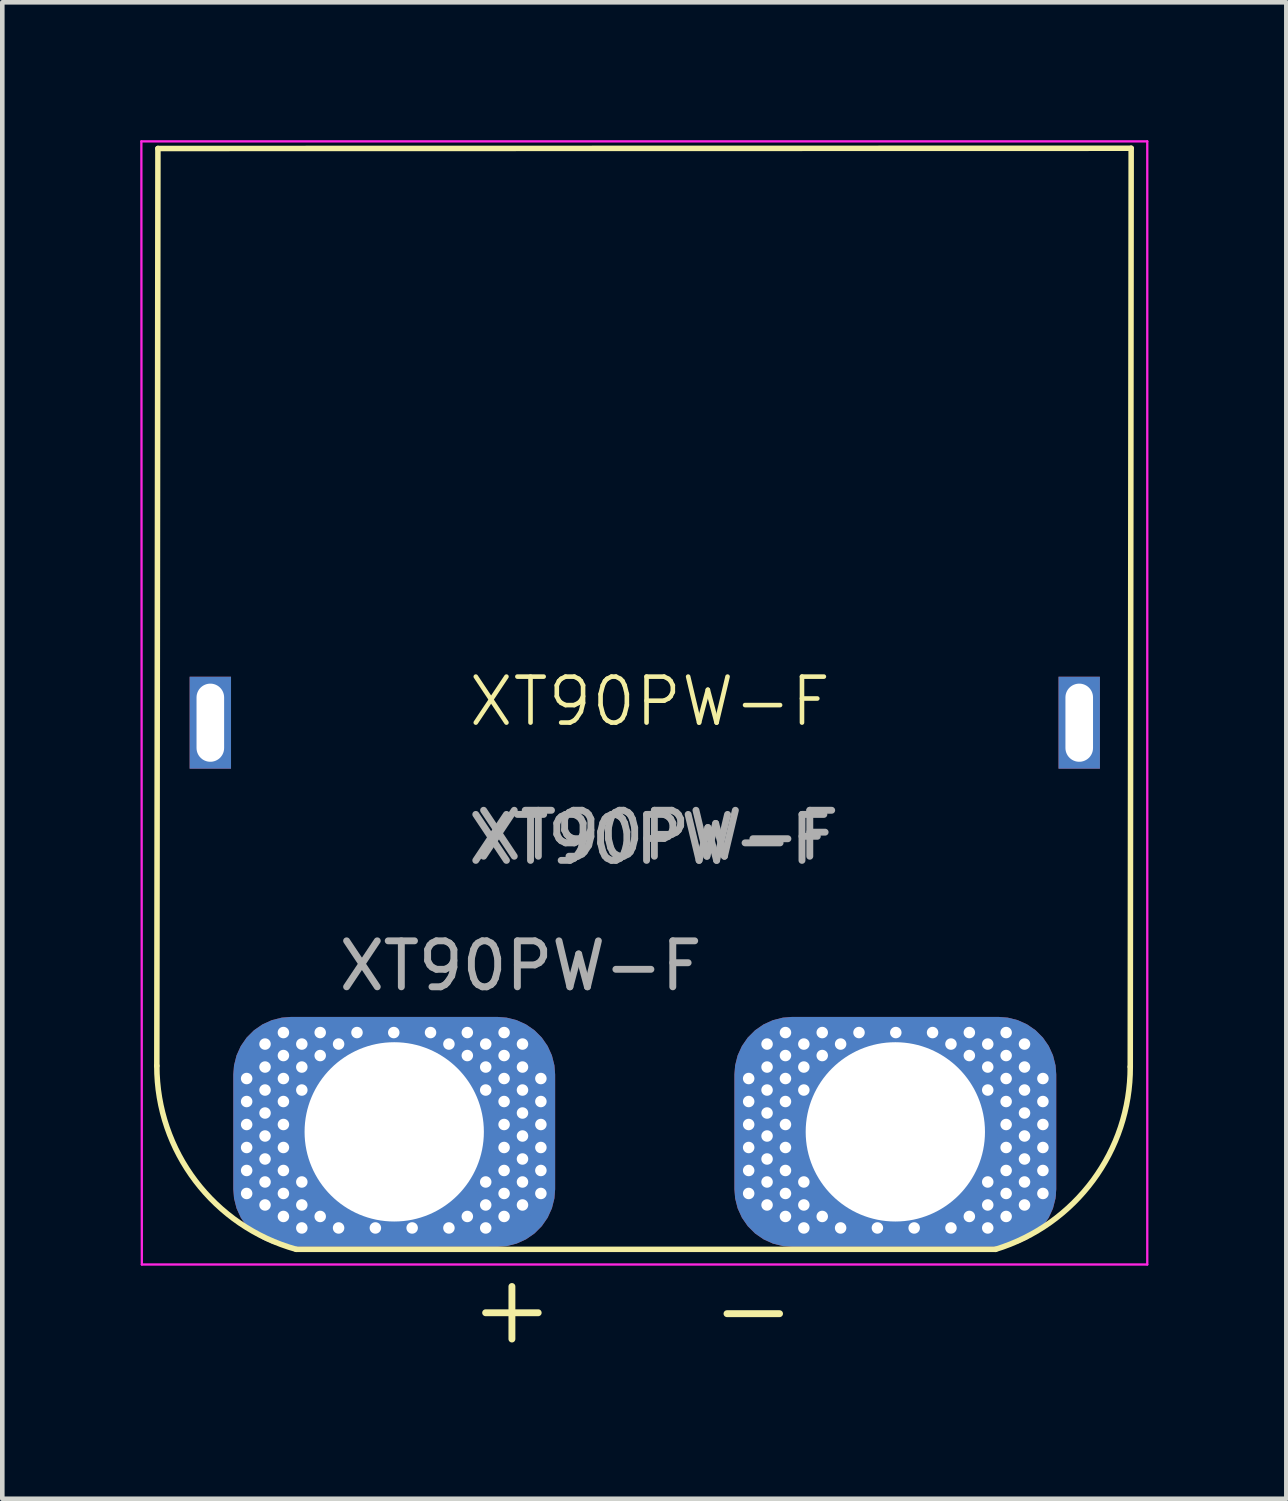
<source format=kicad_pcb>
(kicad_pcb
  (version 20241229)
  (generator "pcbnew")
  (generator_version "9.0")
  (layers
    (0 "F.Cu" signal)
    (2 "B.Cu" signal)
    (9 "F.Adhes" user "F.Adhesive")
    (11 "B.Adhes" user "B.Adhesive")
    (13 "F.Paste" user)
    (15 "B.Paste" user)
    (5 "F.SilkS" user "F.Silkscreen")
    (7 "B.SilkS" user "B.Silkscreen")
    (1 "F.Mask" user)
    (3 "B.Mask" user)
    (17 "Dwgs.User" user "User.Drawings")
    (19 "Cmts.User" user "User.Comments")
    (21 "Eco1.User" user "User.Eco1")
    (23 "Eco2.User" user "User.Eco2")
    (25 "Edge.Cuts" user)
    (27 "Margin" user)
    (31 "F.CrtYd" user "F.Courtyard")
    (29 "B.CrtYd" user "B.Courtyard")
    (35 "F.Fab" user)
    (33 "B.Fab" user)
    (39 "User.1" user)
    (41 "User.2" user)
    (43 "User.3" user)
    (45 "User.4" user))
  (footprint "XT90PW-F"
    (layer "F.Cu")
    (at 11.085 12.71)
    (property "Reference" "XT90PW-F" (at 0 -0.5 0) (unlocked yes) (layer "F.SilkS") (effects (font (size 1 1) (thickness 0.1))))
    (attr through_hole)
    (fp_line (start -10.7 -12.53) (end -10.724 7.425) (stroke (width 0.12) (type solid)) (layer "F.SilkS"))
    (fp_line (start -10.7 -12.53) (end 10.47 -12.535) (stroke (width 0.12) (type solid)) (layer "F.SilkS"))
    (fp_line (start -7.692 11.415) (end 7.519 11.415) (stroke (width 0.12) (type solid)) (layer "F.SilkS"))
    (fp_line (start 10.47 -12.535) (end 10.45 7.445) (stroke (width 0.12) (type solid)) (layer "F.SilkS"))
    (fp_arc (start -7.692398 11.414846) (mid -9.88007 9.930351) (end -10.723919 7.424846) (stroke (width 0.12) (type solid)) (layer "F.SilkS"))
    (fp_arc (start 10.45 7.444576) (mid 9.640627 9.914112) (end 7.519255 11.41527) (stroke (width 0.12) (type solid)) (layer "F.SilkS"))
    (fp_line (start -11.06 -12.685) (end -11.05 11.745) (stroke (width 0.05) (type solid)) (layer "F.CrtYd"))
    (fp_line (start -11.06 -12.685) (end 10.82 -12.685) (stroke (width 0.05) (type solid)) (layer "F.CrtYd"))
    (fp_line (start 10.82 -12.685) (end 10.82 11.745) (stroke (width 0.05) (type solid)) (layer "F.CrtYd"))
    (fp_line (start 10.82 11.745) (end -11.05 11.745) (stroke (width 0.05) (type solid)) (layer "F.CrtYd"))
    (fp_text user "-" (at 2.25 12.7 0) (layer "F.SilkS") (effects (font (size 1.5 1.5) (thickness 0.15))))
    (fp_text user "+" (at -3 12.68 0) (layer "F.SilkS") (effects (font (size 1.5 1.5) (thickness 0.15))))
    (fp_text user "${REFERENCE}" (at -2.81 5.25 0) (layer "F.Fab") (effects (font (size 1 1) (thickness 0.15))))
    (fp_text user "${REFERENCE}" (at 0.17 2.41 0) (unlocked yes) (layer "F.Fab") (effects (font (size 1 1) (thickness 0.15))))
    (fp_text user "${REFERENCE}" (at 0 2.5 0) (unlocked yes) (layer "F.Fab") (effects (font (size 1 1) (thickness 0.15))))
    (pad "" thru_hole rect (at -9.56 -0.04) (size 0.9 2) (drill oval 0.6 1.7) (layers "*.Cu" "*.Mask"))
    (pad "" thru_hole rect (at 9.34 -0.04) (size 0.9 2) (drill oval 0.6 1.7) (layers "*.Cu" "*.Mask"))
    (pad "1" thru_hole roundrect (at 5.34 8.86) (size 7 5) (drill 3.9) (layers "*.Cu" "*.Mask") (roundrect_rratio 0.25))
    (pad "2" thru_hole circle (at -8.77 7.7 270) (size 0.55 0.55) (drill 0.25) (layers "*.Cu"))
    (pad "2" thru_hole circle (at -8.77 8.2 270) (size 0.55 0.55) (drill 0.25) (layers "*.Cu"))
    (pad "2" thru_hole circle (at -8.77 8.7 270) (size 0.55 0.55) (drill 0.25) (layers "*.Cu"))
    (pad "2" thru_hole circle (at -8.77 9.2 270) (size 0.55 0.55) (drill 0.25) (layers "*.Cu"))
    (pad "2" thru_hole circle (at -8.77 9.7 270) (size 0.55 0.55) (drill 0.25) (layers "*.Cu"))
    (pad "2" thru_hole circle (at -8.77 10.2 270) (size 0.55 0.55) (drill 0.25) (layers "*.Cu"))
    (pad "2" thru_hole circle (at -8.37 6.95 270) (size 0.55 0.55) (drill 0.25) (layers "*.Cu"))
    (pad "2" thru_hole circle (at -8.37 7.45 270) (size 0.55 0.55) (drill 0.25) (layers "*.Cu"))
    (pad "2" thru_hole circle (at -8.37 7.95 270) (size 0.55 0.55) (drill 0.25) (layers "*.Cu"))
    (pad "2" thru_hole circle (at -8.37 8.45 270) (size 0.55 0.55) (drill 0.25) (layers "*.Cu"))
    (pad "2" thru_hole circle (at -8.37 8.95 270) (size 0.55 0.55) (drill 0.25) (layers "*.Cu"))
    (pad "2" thru_hole circle (at -8.37 9.45 270) (size 0.55 0.55) (drill 0.25) (layers "*.Cu"))
    (pad "2" thru_hole circle (at -8.37 9.95 270) (size 0.55 0.55) (drill 0.25) (layers "*.Cu"))
    (pad "2" thru_hole circle (at -8.37 10.45 270) (size 0.55 0.55) (drill 0.25) (layers "*.Cu"))
    (pad "2" thru_hole circle (at -7.97 6.7 270) (size 0.55 0.55) (drill 0.25) (layers "*.Cu"))
    (pad "2" thru_hole circle (at -7.97 7.2 270) (size 0.55 0.55) (drill 0.25) (layers "*.Cu"))
    (pad "2" thru_hole circle (at -7.97 7.7 270) (size 0.55 0.55) (drill 0.25) (layers "*.Cu"))
    (pad "2" thru_hole circle (at -7.97 8.2 270) (size 0.55 0.55) (drill 0.25) (layers "*.Cu"))
    (pad "2" thru_hole circle (at -7.97 8.7 270) (size 0.55 0.55) (drill 0.25) (layers "*.Cu"))
    (pad "2" thru_hole circle (at -7.97 9.2 270) (size 0.55 0.55) (drill 0.25) (layers "*.Cu"))
    (pad "2" thru_hole circle (at -7.97 9.7 270) (size 0.55 0.55) (drill 0.25) (layers "*.Cu"))
    (pad "2" thru_hole circle (at -7.97 10.2 270) (size 0.55 0.55) (drill 0.25) (layers "*.Cu"))
    (pad "2" thru_hole circle (at -7.97 10.7 270) (size 0.55 0.55) (drill 0.25) (layers "*.Cu"))
    (pad "2" thru_hole circle (at -7.57 6.95 270) (size 0.55 0.55) (drill 0.25) (layers "*.Cu"))
    (pad "2" thru_hole circle (at -7.57 7.45 270) (size 0.55 0.55) (drill 0.25) (layers "*.Cu"))
    (pad "2" thru_hole circle (at -7.57 7.95 270) (size 0.55 0.55) (drill 0.25) (layers "*.Cu"))
    (pad "2" thru_hole circle (at -7.57 9.95 270) (size 0.55 0.55) (drill 0.25) (layers "*.Cu"))
    (pad "2" thru_hole circle (at -7.57 10.45 270) (size 0.55 0.55) (drill 0.25) (layers "*.Cu"))
    (pad "2" thru_hole circle (at -7.57 10.95 270) (size 0.55 0.55) (drill 0.25) (layers "*.Cu"))
    (pad "2" thru_hole circle (at -7.17 6.7 270) (size 0.55 0.55) (drill 0.25) (layers "*.Cu"))
    (pad "2" thru_hole circle (at -7.17 7.2 270) (size 0.55 0.55) (drill 0.25) (layers "*.Cu"))
    (pad "2" thru_hole circle (at -7.17 10.7 270) (size 0.55 0.55) (drill 0.25) (layers "*.Cu"))
    (pad "2" thru_hole circle (at -6.77 6.95 270) (size 0.55 0.55) (drill 0.25) (layers "*.Cu"))
    (pad "2" thru_hole circle (at -6.77 10.95 270) (size 0.55 0.55) (drill 0.25) (layers "*.Cu"))
    (pad "2" thru_hole circle (at -6.37 6.7 270) (size 0.55 0.55) (drill 0.25) (layers "*.Cu"))
    (pad "2" thru_hole circle (at -5.97 10.95 270) (size 0.55 0.55) (drill 0.25) (layers "*.Cu"))
    (pad "2" thru_hole circle (at -5.57 6.7 270) (size 0.55 0.55) (drill 0.25) (layers "*.Cu"))
    (pad "2" thru_hole roundrect (at -5.56 8.86) (size 7 5) (drill 3.9) (layers "*.Cu" "*.Mask") (roundrect_rratio 0.25))
    (pad "2" thru_hole circle (at -5.17 10.95 270) (size 0.55 0.55) (drill 0.25) (layers "*.Cu"))
    (pad "2" thru_hole circle (at -4.77 6.7 270) (size 0.55 0.55) (drill 0.25) (layers "*.Cu"))
    (pad "2" thru_hole circle (at -4.37 6.95 270) (size 0.55 0.55) (drill 0.25) (layers "*.Cu"))
    (pad "2" thru_hole circle (at -4.37 10.95 270) (size 0.55 0.55) (drill 0.25) (layers "*.Cu"))
    (pad "2" thru_hole circle (at -3.97 6.7 270) (size 0.55 0.55) (drill 0.25) (layers "*.Cu"))
    (pad "2" thru_hole circle (at -3.97 7.2 270) (size 0.55 0.55) (drill 0.25) (layers "*.Cu"))
    (pad "2" thru_hole circle (at -3.97 10.7 270) (size 0.55 0.55) (drill 0.25) (layers "*.Cu"))
    (pad "2" thru_hole circle (at -3.57 6.95 270) (size 0.55 0.55) (drill 0.25) (layers "*.Cu"))
    (pad "2" thru_hole circle (at -3.57 7.45 270) (size 0.55 0.55) (drill 0.25) (layers "*.Cu"))
    (pad "2" thru_hole circle (at -3.57 7.95 270) (size 0.55 0.55) (drill 0.25) (layers "*.Cu"))
    (pad "2" thru_hole circle (at -3.57 9.95 270) (size 0.55 0.55) (drill 0.25) (layers "*.Cu"))
    (pad "2" thru_hole circle (at -3.57 10.45 270) (size 0.55 0.55) (drill 0.25) (layers "*.Cu"))
    (pad "2" thru_hole circle (at -3.57 10.95 270) (size 0.55 0.55) (drill 0.25) (layers "*.Cu"))
    (pad "2" thru_hole circle (at -3.17 6.7 270) (size 0.55 0.55) (drill 0.25) (layers "*.Cu"))
    (pad "2" thru_hole circle (at -3.17 7.2 270) (size 0.55 0.55) (drill 0.25) (layers "*.Cu"))
    (pad "2" thru_hole circle (at -3.17 7.7 270) (size 0.55 0.55) (drill 0.25) (layers "*.Cu"))
    (pad "2" thru_hole circle (at -3.17 8.2 270) (size 0.55 0.55) (drill 0.25) (layers "*.Cu"))
    (pad "2" thru_hole circle (at -3.17 8.7 270) (size 0.55 0.55) (drill 0.25) (layers "*.Cu"))
    (pad "2" thru_hole circle (at -3.17 9.2 270) (size 0.55 0.55) (drill 0.25) (layers "*.Cu"))
    (pad "2" thru_hole circle (at -3.17 9.7 270) (size 0.55 0.55) (drill 0.25) (layers "*.Cu"))
    (pad "2" thru_hole circle (at -3.17 10.2 270) (size 0.55 0.55) (drill 0.25) (layers "*.Cu"))
    (pad "2" thru_hole circle (at -3.17 10.7 270) (size 0.55 0.55) (drill 0.25) (layers "*.Cu"))
    (pad "2" thru_hole circle (at -2.77 6.95 270) (size 0.55 0.55) (drill 0.25) (layers "*.Cu"))
    (pad "2" thru_hole circle (at -2.77 7.45 270) (size 0.55 0.55) (drill 0.25) (layers "*.Cu"))
    (pad "2" thru_hole circle (at -2.77 7.95 270) (size 0.55 0.55) (drill 0.25) (layers "*.Cu"))
    (pad "2" thru_hole circle (at -2.77 8.45 270) (size 0.55 0.55) (drill 0.25) (layers "*.Cu"))
    (pad "2" thru_hole circle (at -2.77 8.95 270) (size 0.55 0.55) (drill 0.25) (layers "*.Cu"))
    (pad "2" thru_hole circle (at -2.77 9.45 270) (size 0.55 0.55) (drill 0.25) (layers "*.Cu"))
    (pad "2" thru_hole circle (at -2.77 9.95 270) (size 0.55 0.55) (drill 0.25) (layers "*.Cu"))
    (pad "2" thru_hole circle (at -2.77 10.45 270) (size 0.55 0.55) (drill 0.25) (layers "*.Cu"))
    (pad "2" thru_hole circle (at -2.37 7.7 270) (size 0.55 0.55) (drill 0.25) (layers "*.Cu"))
    (pad "2" thru_hole circle (at -2.37 8.2 270) (size 0.55 0.55) (drill 0.25) (layers "*.Cu"))
    (pad "2" thru_hole circle (at -2.37 8.7 270) (size 0.55 0.55) (drill 0.25) (layers "*.Cu"))
    (pad "2" thru_hole circle (at -2.37 9.2 270) (size 0.55 0.55) (drill 0.25) (layers "*.Cu"))
    (pad "2" thru_hole circle (at -2.37 9.7 270) (size 0.55 0.55) (drill 0.25) (layers "*.Cu"))
    (pad "2" thru_hole circle (at -2.37 10.2 270) (size 0.55 0.55) (drill 0.25) (layers "*.Cu"))
    (pad "2" thru_hole circle (at 2.15 7.7 270) (size 0.55 0.55) (drill 0.25) (layers "*.Cu"))
    (pad "2" thru_hole circle (at 2.15 8.2 270) (size 0.55 0.55) (drill 0.25) (layers "*.Cu"))
    (pad "2" thru_hole circle (at 2.15 8.7 270) (size 0.55 0.55) (drill 0.25) (layers "*.Cu"))
    (pad "2" thru_hole circle (at 2.15 9.2 270) (size 0.55 0.55) (drill 0.25) (layers "*.Cu"))
    (pad "2" thru_hole circle (at 2.15 9.7 270) (size 0.55 0.55) (drill 0.25) (layers "*.Cu"))
    (pad "2" thru_hole circle (at 2.15 10.2 270) (size 0.55 0.55) (drill 0.25) (layers "*.Cu"))
    (pad "2" thru_hole circle (at 2.55 6.95 270) (size 0.55 0.55) (drill 0.25) (layers "*.Cu"))
    (pad "2" thru_hole circle (at 2.55 7.45 270) (size 0.55 0.55) (drill 0.25) (layers "*.Cu"))
    (pad "2" thru_hole circle (at 2.55 7.95 270) (size 0.55 0.55) (drill 0.25) (layers "*.Cu"))
    (pad "2" thru_hole circle (at 2.55 8.45 270) (size 0.55 0.55) (drill 0.25) (layers "*.Cu"))
    (pad "2" thru_hole circle (at 2.55 8.95 270) (size 0.55 0.55) (drill 0.25) (layers "*.Cu"))
    (pad "2" thru_hole circle (at 2.55 9.45 270) (size 0.55 0.55) (drill 0.25) (layers "*.Cu"))
    (pad "2" thru_hole circle (at 2.55 9.95 270) (size 0.55 0.55) (drill 0.25) (layers "*.Cu"))
    (pad "2" thru_hole circle (at 2.55 10.45 270) (size 0.55 0.55) (drill 0.25) (layers "*.Cu"))
    (pad "2" thru_hole circle (at 2.95 6.7 270) (size 0.55 0.55) (drill 0.25) (layers "*.Cu"))
    (pad "2" thru_hole circle (at 2.95 7.2 270) (size 0.55 0.55) (drill 0.25) (layers "*.Cu"))
    (pad "2" thru_hole circle (at 2.95 7.7 270) (size 0.55 0.55) (drill 0.25) (layers "*.Cu"))
    (pad "2" thru_hole circle (at 2.95 8.2 270) (size 0.55 0.55) (drill 0.25) (layers "*.Cu"))
    (pad "2" thru_hole circle (at 2.95 8.7 270) (size 0.55 0.55) (drill 0.25) (layers "*.Cu"))
    (pad "2" thru_hole circle (at 2.95 9.2 270) (size 0.55 0.55) (drill 0.25) (layers "*.Cu"))
    (pad "2" thru_hole circle (at 2.95 9.7 270) (size 0.55 0.55) (drill 0.25) (layers "*.Cu"))
    (pad "2" thru_hole circle (at 2.95 10.2 270) (size 0.55 0.55) (drill 0.25) (layers "*.Cu"))
    (pad "2" thru_hole circle (at 2.95 10.7 270) (size 0.55 0.55) (drill 0.25) (layers "*.Cu"))
    (pad "2" thru_hole circle (at 3.35 6.95 270) (size 0.55 0.55) (drill 0.25) (layers "*.Cu"))
    (pad "2" thru_hole circle (at 3.35 7.45 270) (size 0.55 0.55) (drill 0.25) (layers "*.Cu"))
    (pad "2" thru_hole circle (at 3.35 7.95 270) (size 0.55 0.55) (drill 0.25) (layers "*.Cu"))
    (pad "2" thru_hole circle (at 3.35 9.95 270) (size 0.55 0.55) (drill 0.25) (layers "*.Cu"))
    (pad "2" thru_hole circle (at 3.35 10.45 270) (size 0.55 0.55) (drill 0.25) (layers "*.Cu"))
    (pad "2" thru_hole circle (at 3.35 10.95 270) (size 0.55 0.55) (drill 0.25) (layers "*.Cu"))
    (pad "2" thru_hole circle (at 3.75 6.7 270) (size 0.55 0.55) (drill 0.25) (layers "*.Cu"))
    (pad "2" thru_hole circle (at 3.75 7.2 270) (size 0.55 0.55) (drill 0.25) (layers "*.Cu"))
    (pad "2" thru_hole circle (at 3.75 10.7 270) (size 0.55 0.55) (drill 0.25) (layers "*.Cu"))
    (pad "2" thru_hole circle (at 4.15 6.95 270) (size 0.55 0.55) (drill 0.25) (layers "*.Cu"))
    (pad "2" thru_hole circle (at 4.15 10.95 270) (size 0.55 0.55) (drill 0.25) (layers "*.Cu"))
    (pad "2" thru_hole circle (at 4.55 6.7 270) (size 0.55 0.55) (drill 0.25) (layers "*.Cu"))
    (pad "2" thru_hole circle (at 4.95 10.95 270) (size 0.55 0.55) (drill 0.25) (layers "*.Cu"))
    (pad "2" thru_hole circle (at 5.35 6.7 270) (size 0.55 0.55) (drill 0.25) (layers "*.Cu"))
    (pad "2" thru_hole circle (at 5.75 10.95 270) (size 0.55 0.55) (drill 0.25) (layers "*.Cu"))
    (pad "2" thru_hole circle (at 6.15 6.7 270) (size 0.55 0.55) (drill 0.25) (layers "*.Cu"))
    (pad "2" thru_hole circle (at 6.55 6.95 270) (size 0.55 0.55) (drill 0.25) (layers "*.Cu"))
    (pad "2" thru_hole circle (at 6.55 10.95 270) (size 0.55 0.55) (drill 0.25) (layers "*.Cu"))
    (pad "2" thru_hole circle (at 6.95 6.7 270) (size 0.55 0.55) (drill 0.25) (layers "*.Cu"))
    (pad "2" thru_hole circle (at 6.95 7.2 270) (size 0.55 0.55) (drill 0.25) (layers "*.Cu"))
    (pad "2" thru_hole circle (at 6.95 10.7 270) (size 0.55 0.55) (drill 0.25) (layers "*.Cu"))
    (pad "2" thru_hole circle (at 7.35 6.95 270) (size 0.55 0.55) (drill 0.25) (layers "*.Cu"))
    (pad "2" thru_hole circle (at 7.35 7.45 270) (size 0.55 0.55) (drill 0.25) (layers "*.Cu"))
    (pad "2" thru_hole circle (at 7.35 7.95 270) (size 0.55 0.55) (drill 0.25) (layers "*.Cu"))
    (pad "2" thru_hole circle (at 7.35 9.95 270) (size 0.55 0.55) (drill 0.25) (layers "*.Cu"))
    (pad "2" thru_hole circle (at 7.35 10.45 270) (size 0.55 0.55) (drill 0.25) (layers "*.Cu"))
    (pad "2" thru_hole circle (at 7.35 10.95 270) (size 0.55 0.55) (drill 0.25) (layers "*.Cu"))
    (pad "2" thru_hole circle (at 7.75 6.7 270) (size 0.55 0.55) (drill 0.25) (layers "*.Cu"))
    (pad "2" thru_hole circle (at 7.75 7.2 270) (size 0.55 0.55) (drill 0.25) (layers "*.Cu"))
    (pad "2" thru_hole circle (at 7.75 7.7 270) (size 0.55 0.55) (drill 0.25) (layers "*.Cu"))
    (pad "2" thru_hole circle (at 7.75 8.2 270) (size 0.55 0.55) (drill 0.25) (layers "*.Cu"))
    (pad "2" thru_hole circle (at 7.75 8.7 270) (size 0.55 0.55) (drill 0.25) (layers "*.Cu"))
    (pad "2" thru_hole circle (at 7.75 9.2 270) (size 0.55 0.55) (drill 0.25) (layers "*.Cu"))
    (pad "2" thru_hole circle (at 7.75 9.7 270) (size 0.55 0.55) (drill 0.25) (layers "*.Cu"))
    (pad "2" thru_hole circle (at 7.75 10.2 270) (size 0.55 0.55) (drill 0.25) (layers "*.Cu"))
    (pad "2" thru_hole circle (at 7.75 10.7 270) (size 0.55 0.55) (drill 0.25) (layers "*.Cu"))
    (pad "2" thru_hole circle (at 8.15 6.95 270) (size 0.55 0.55) (drill 0.25) (layers "*.Cu"))
    (pad "2" thru_hole circle (at 8.15 7.45 270) (size 0.55 0.55) (drill 0.25) (layers "*.Cu"))
    (pad "2" thru_hole circle (at 8.15 7.95 270) (size 0.55 0.55) (drill 0.25) (layers "*.Cu"))
    (pad "2" thru_hole circle (at 8.15 8.45 270) (size 0.55 0.55) (drill 0.25) (layers "*.Cu"))
    (pad "2" thru_hole circle (at 8.15 8.95 270) (size 0.55 0.55) (drill 0.25) (layers "*.Cu"))
    (pad "2" thru_hole circle (at 8.15 9.45 270) (size 0.55 0.55) (drill 0.25) (layers "*.Cu"))
    (pad "2" thru_hole circle (at 8.15 9.95 270) (size 0.55 0.55) (drill 0.25) (layers "*.Cu"))
    (pad "2" thru_hole circle (at 8.15 10.45 270) (size 0.55 0.55) (drill 0.25) (layers "*.Cu"))
    (pad "2" thru_hole circle (at 8.55 7.7 270) (size 0.55 0.55) (drill 0.25) (layers "*.Cu"))
    (pad "2" thru_hole circle (at 8.55 8.2 270) (size 0.55 0.55) (drill 0.25) (layers "*.Cu"))
    (pad "2" thru_hole circle (at 8.55 8.7 270) (size 0.55 0.55) (drill 0.25) (layers "*.Cu"))
    (pad "2" thru_hole circle (at 8.55 9.2 270) (size 0.55 0.55) (drill 0.25) (layers "*.Cu"))
    (pad "2" thru_hole circle (at 8.55 9.7 270) (size 0.55 0.55) (drill 0.25) (layers "*.Cu"))
    (pad "2" thru_hole circle (at 8.55 10.2 270) (size 0.55 0.55) (drill 0.25) (layers "*.Cu")))
  (gr_rect
    (start -3 -3)
    (end 24.93 29.551)
    (stroke (width 0.1) (type default))
    (fill no)
    (layer "Edge.Cuts")))
</source>
